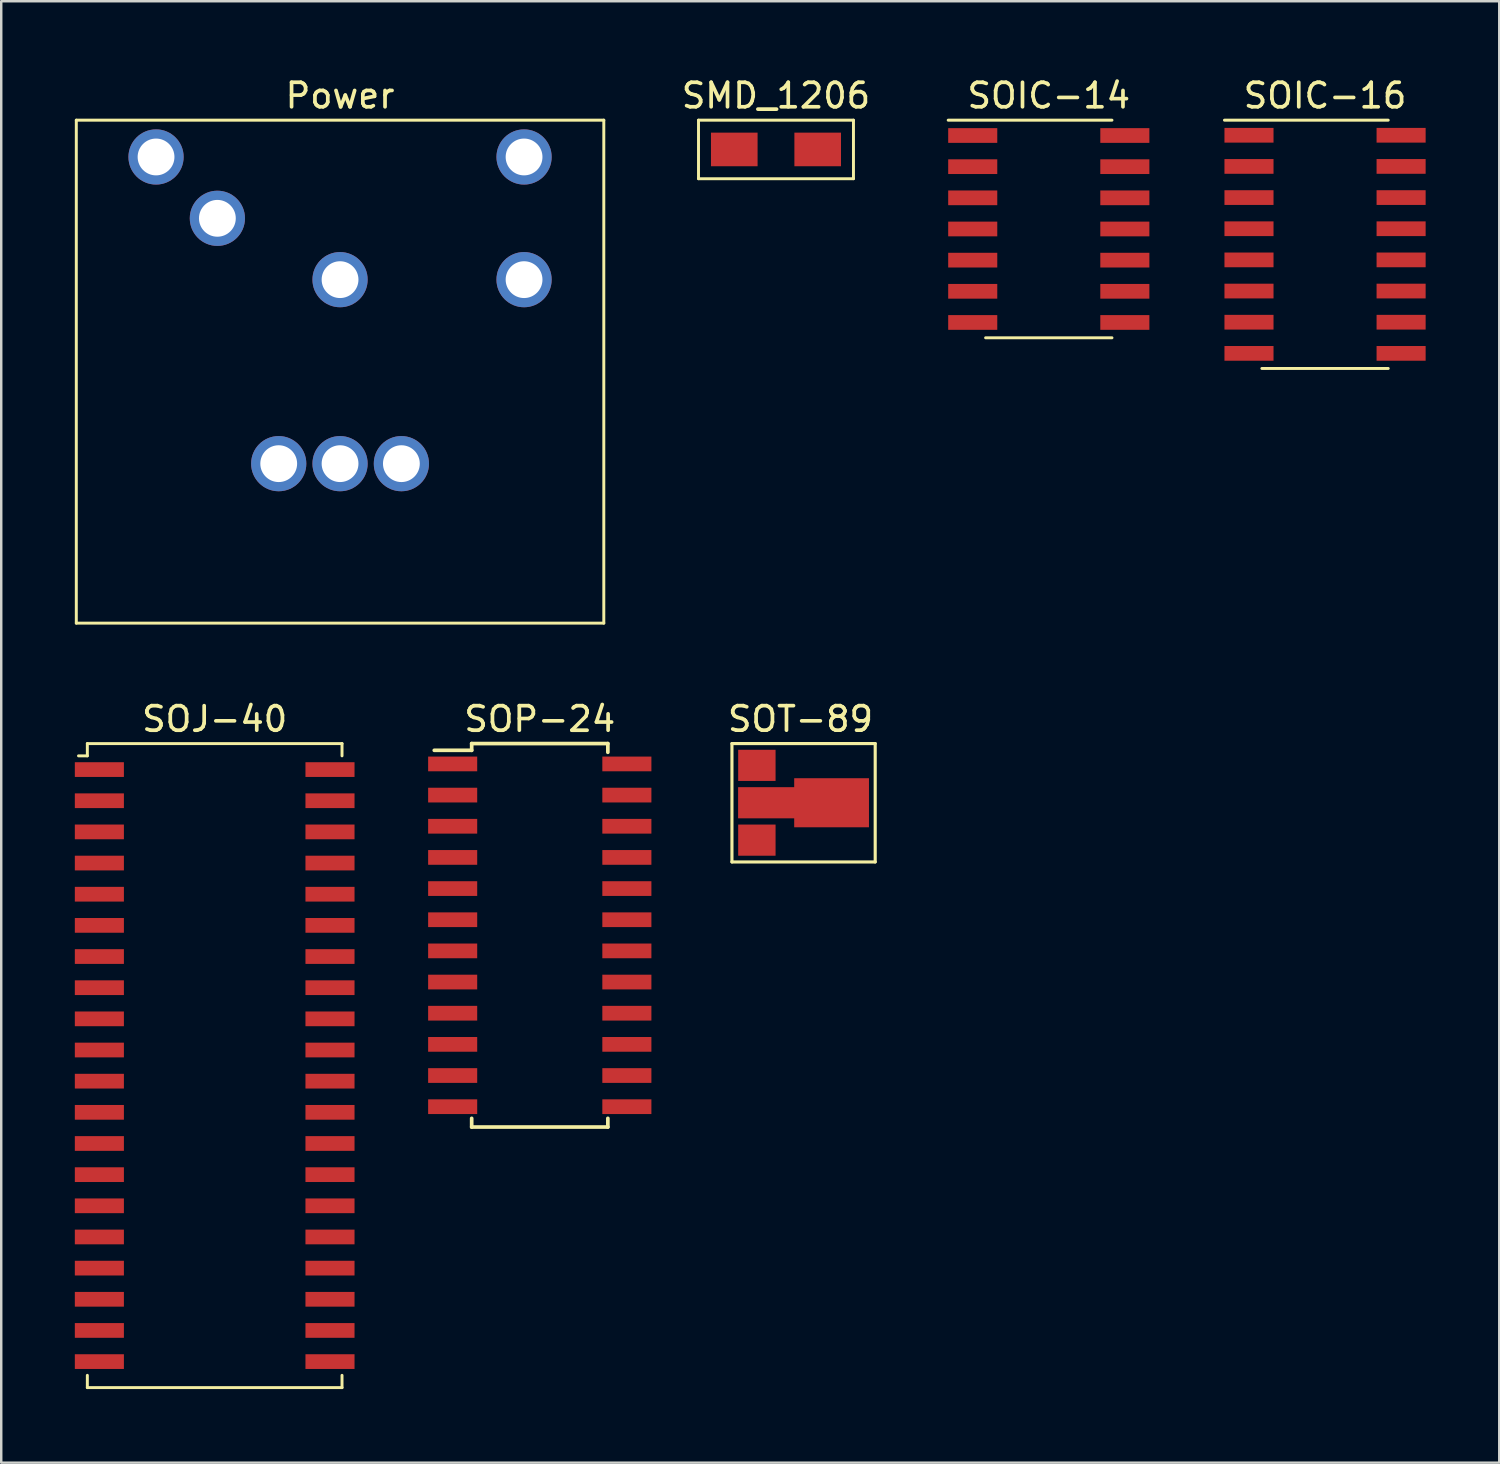
<source format=kicad_pcb>
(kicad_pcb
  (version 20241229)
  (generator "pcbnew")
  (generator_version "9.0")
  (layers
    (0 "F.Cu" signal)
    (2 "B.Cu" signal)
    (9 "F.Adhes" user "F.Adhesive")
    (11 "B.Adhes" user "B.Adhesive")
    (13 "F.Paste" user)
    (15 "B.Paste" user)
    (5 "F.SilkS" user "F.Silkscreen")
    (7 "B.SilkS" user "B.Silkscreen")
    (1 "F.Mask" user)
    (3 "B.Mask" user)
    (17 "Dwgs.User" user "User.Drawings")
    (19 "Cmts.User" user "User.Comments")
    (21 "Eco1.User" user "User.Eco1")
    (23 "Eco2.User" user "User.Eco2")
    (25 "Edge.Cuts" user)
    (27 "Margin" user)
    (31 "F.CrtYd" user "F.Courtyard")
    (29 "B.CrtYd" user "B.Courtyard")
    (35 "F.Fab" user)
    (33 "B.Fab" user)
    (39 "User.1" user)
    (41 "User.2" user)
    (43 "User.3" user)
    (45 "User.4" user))
  (footprint "SOJ-40"
    (layer "F.Cu")
    (at 5.7 40.382)
    (property "Reference" "SOJ-40" (at 0 -14.125 0) (layer "F.SilkS") (effects (font (size 1 1) (thickness 0.15))))
    (attr smd)
    (fp_line (start -5.55 -12.625) (end -5.19 -12.625) (stroke (width 0.12) (type solid)) (layer "F.SilkS"))
    (fp_line (start -5.19 -13.125) (end 5.19 -13.125) (stroke (width 0.12) (type solid)) (layer "F.SilkS"))
    (fp_line (start -5.19 -12.625) (end -5.19 -13.125) (stroke (width 0.12) (type solid)) (layer "F.SilkS"))
    (fp_line (start -5.19 13.125) (end -5.19 12.625) (stroke (width 0.12) (type solid)) (layer "F.SilkS"))
    (fp_line (start 5.19 -13.125) (end 5.19 -12.625) (stroke (width 0.12) (type solid)) (layer "F.SilkS"))
    (fp_line (start 5.19 12.625) (end 5.19 13.125) (stroke (width 0.12) (type solid)) (layer "F.SilkS"))
    (fp_line (start 5.19 13.125) (end -5.19 13.125) (stroke (width 0.12) (type solid)) (layer "F.SilkS"))
    (pad "1" smd rect (at -4.7 -12.065) (size 2 0.6) (layers "F.Cu" "F.Mask" "F.Paste"))
    (pad "2" smd rect (at -4.7 -10.795) (size 2 0.6) (layers "F.Cu" "F.Mask" "F.Paste"))
    (pad "3" smd rect (at -4.7 -9.525) (size 2 0.6) (layers "F.Cu" "F.Mask" "F.Paste"))
    (pad "4" smd rect (at -4.7 -8.255) (size 2 0.6) (layers "F.Cu" "F.Mask" "F.Paste"))
    (pad "5" smd rect (at -4.7 -6.985) (size 2 0.6) (layers "F.Cu" "F.Mask" "F.Paste"))
    (pad "6" smd rect (at -4.7 -5.715) (size 2 0.6) (layers "F.Cu" "F.Mask" "F.Paste"))
    (pad "7" smd rect (at -4.7 -4.445) (size 2 0.6) (layers "F.Cu" "F.Mask" "F.Paste"))
    (pad "8" smd rect (at -4.7 -3.175) (size 2 0.6) (layers "F.Cu" "F.Mask" "F.Paste"))
    (pad "9" smd rect (at -4.7 -1.905) (size 2 0.6) (layers "F.Cu" "F.Mask" "F.Paste"))
    (pad "10" smd rect (at -4.7 -0.635) (size 2 0.6) (layers "F.Cu" "F.Mask" "F.Paste"))
    (pad "11" smd rect (at -4.7 0.635) (size 2 0.6) (layers "F.Cu" "F.Mask" "F.Paste"))
    (pad "12" smd rect (at -4.7 1.905) (size 2 0.6) (layers "F.Cu" "F.Mask" "F.Paste"))
    (pad "13" smd rect (at -4.7 3.175) (size 2 0.6) (layers "F.Cu" "F.Mask" "F.Paste"))
    (pad "14" smd rect (at -4.7 4.445) (size 2 0.6) (layers "F.Cu" "F.Mask" "F.Paste"))
    (pad "15" smd rect (at -4.7 5.715) (size 2 0.6) (layers "F.Cu" "F.Mask" "F.Paste"))
    (pad "16" smd rect (at -4.7 6.985) (size 2 0.6) (layers "F.Cu" "F.Mask" "F.Paste"))
    (pad "17" smd rect (at -4.7 8.255) (size 2 0.6) (layers "F.Cu" "F.Mask" "F.Paste"))
    (pad "18" smd rect (at -4.7 9.525) (size 2 0.6) (layers "F.Cu" "F.Mask" "F.Paste"))
    (pad "19" smd rect (at -4.7 10.795) (size 2 0.6) (layers "F.Cu" "F.Mask" "F.Paste"))
    (pad "20" smd rect (at -4.7 12.065) (size 2 0.6) (layers "F.Cu" "F.Mask" "F.Paste"))
    (pad "21" smd rect (at 4.7 12.065) (size 2 0.6) (layers "F.Cu" "F.Mask" "F.Paste"))
    (pad "22" smd rect (at 4.7 10.795) (size 2 0.6) (layers "F.Cu" "F.Mask" "F.Paste"))
    (pad "23" smd rect (at 4.7 9.525) (size 2 0.6) (layers "F.Cu" "F.Mask" "F.Paste"))
    (pad "24" smd rect (at 4.7 8.255) (size 2 0.6) (layers "F.Cu" "F.Mask" "F.Paste"))
    (pad "25" smd rect (at 4.7 6.985) (size 2 0.6) (layers "F.Cu" "F.Mask" "F.Paste"))
    (pad "26" smd rect (at 4.7 5.715) (size 2 0.6) (layers "F.Cu" "F.Mask" "F.Paste"))
    (pad "27" smd rect (at 4.7 4.445) (size 2 0.6) (layers "F.Cu" "F.Mask" "F.Paste"))
    (pad "28" smd rect (at 4.7 3.175) (size 2 0.6) (layers "F.Cu" "F.Mask" "F.Paste"))
    (pad "29" smd rect (at 4.7 1.905) (size 2 0.6) (layers "F.Cu" "F.Mask" "F.Paste"))
    (pad "30" smd rect (at 4.7 0.635) (size 2 0.6) (layers "F.Cu" "F.Mask" "F.Paste"))
    (pad "31" smd rect (at 4.7 -0.635) (size 2 0.6) (layers "F.Cu" "F.Mask" "F.Paste"))
    (pad "32" smd rect (at 4.7 -1.905) (size 2 0.6) (layers "F.Cu" "F.Mask" "F.Paste"))
    (pad "33" smd rect (at 4.7 -3.175) (size 2 0.6) (layers "F.Cu" "F.Mask" "F.Paste"))
    (pad "34" smd rect (at 4.7 -4.445) (size 2 0.6) (layers "F.Cu" "F.Mask" "F.Paste"))
    (pad "35" smd rect (at 4.7 -5.715) (size 2 0.6) (layers "F.Cu" "F.Mask" "F.Paste"))
    (pad "36" smd rect (at 4.7 -6.985) (size 2 0.6) (layers "F.Cu" "F.Mask" "F.Paste"))
    (pad "37" smd rect (at 4.7 -8.255) (size 2 0.6) (layers "F.Cu" "F.Mask" "F.Paste"))
    (pad "38" smd rect (at 4.7 -9.525) (size 2 0.6) (layers "F.Cu" "F.Mask" "F.Paste"))
    (pad "39" smd rect (at 4.7 -10.795) (size 2 0.6) (layers "F.Cu" "F.Mask" "F.Paste"))
    (pad "40" smd rect (at 4.7 -12.065) (size 2 0.6) (layers "F.Cu" "F.Mask" "F.Paste")))
  (footprint "SOT-89"
    (layer "F.Cu")
    (at 27.799 29.669)
    (property "Reference" "SOT-89" (at 1.778 -3.413 0) (layer "F.SilkS") (effects (font (size 1 1) (thickness 0.15))))
    (attr smd)
    (fp_line (start -1.016 -2.413) (end 4.823 -2.413) (stroke (width 0.127) (type solid)) (layer "F.SilkS"))
    (fp_line (start -1.016 2.413) (end -1.016 -2.413) (stroke (width 0.127) (type solid)) (layer "F.SilkS"))
    (fp_line (start 4.823 -2.413) (end 4.823 2.413) (stroke (width 0.127) (type solid)) (layer "F.SilkS"))
    (fp_line (start 4.823 2.413) (end -1.016 2.413) (stroke (width 0.127) (type solid)) (layer "F.SilkS"))
    (pad "1" smd rect (at 0 -1.524) (size 1.524 1.27) (layers "F.Cu" "F.Mask" "F.Paste"))
    (pad "2" smd custom (at 0.378 0) (size 2.286 1.27) (layers "F.Cu" "F.Mask" "F.Paste") (options (anchor rect)) (primitives (gr_poly (pts (xy 1.143 1) (xy 4.191 1) (xy 4.191 -1) (xy 1.143 -1)) (width 0) (fill yes))))
    (pad "3" smd rect (at 0 1.524) (size 1.524 1.27) (layers "F.Cu" "F.Mask" "F.Paste")))
  (footprint "SOIC-14"
    (layer "F.Cu")
    (at 39.697 6.283)
    (property "Reference" "SOIC-14" (at 0 -5.435 0) (layer "F.SilkS") (effects (font (size 1 1) (thickness 0.15))))
    (attr smd)
    (fp_line (start -4.1 -4.435) (end 2.575 -4.435) (stroke (width 0.12) (type solid)) (layer "F.SilkS"))
    (fp_line (start 2.575 4.435) (end -2.575 4.435) (stroke (width 0.12) (type solid)) (layer "F.SilkS"))
    (pad "1" smd rect (at -3.1 -3.81) (size 2 0.6) (layers "F.Cu" "F.Mask" "F.Paste"))
    (pad "2" smd rect (at -3.1 -2.54) (size 2 0.6) (layers "F.Cu" "F.Mask" "F.Paste"))
    (pad "3" smd rect (at -3.1 -1.27) (size 2 0.6) (layers "F.Cu" "F.Mask" "F.Paste"))
    (pad "4" smd rect (at -3.1 0) (size 2 0.6) (layers "F.Cu" "F.Mask" "F.Paste"))
    (pad "5" smd rect (at -3.1 1.27) (size 2 0.6) (layers "F.Cu" "F.Mask" "F.Paste"))
    (pad "6" smd rect (at -3.1 2.54) (size 2 0.6) (layers "F.Cu" "F.Mask" "F.Paste"))
    (pad "7" smd rect (at -3.1 3.81) (size 2 0.6) (layers "F.Cu" "F.Mask" "F.Paste"))
    (pad "8" smd rect (at 3.1 3.81) (size 2 0.6) (layers "F.Cu" "F.Mask" "F.Paste"))
    (pad "9" smd rect (at 3.1 2.54) (size 2 0.6) (layers "F.Cu" "F.Mask" "F.Paste"))
    (pad "10" smd rect (at 3.1 1.27) (size 2 0.6) (layers "F.Cu" "F.Mask" "F.Paste"))
    (pad "11" smd rect (at 3.1 0) (size 2 0.6) (layers "F.Cu" "F.Mask" "F.Paste"))
    (pad "12" smd rect (at 3.1 -1.27) (size 2 0.6) (layers "F.Cu" "F.Mask" "F.Paste"))
    (pad "13" smd rect (at 3.1 -2.54) (size 2 0.6) (layers "F.Cu" "F.Mask" "F.Paste"))
    (pad "14" smd rect (at 3.1 -3.81) (size 2 0.6) (layers "F.Cu" "F.Mask" "F.Paste")))
  (footprint "SMD_1206"
    (layer "F.Cu")
    (at 28.578 3.041)
    (property "Reference" "SMD_1206" (at 0 -2.193 0) (layer "F.SilkS") (effects (font (size 1 1) (thickness 0.15))))
    (attr smd)
    (fp_line (start -3.158 -1.193) (end 3.158 -1.193) (stroke (width 0.12) (type solid)) (layer "F.SilkS"))
    (fp_line (start -3.158 1.193) (end -3.158 -1.193) (stroke (width 0.12) (type solid)) (layer "F.SilkS"))
    (fp_line (start 3.158 -1.193) (end 3.158 1.193) (stroke (width 0.12) (type solid)) (layer "F.SilkS"))
    (fp_line (start 3.158 1.193) (end -3.158 1.193) (stroke (width 0.12) (type solid)) (layer "F.SilkS"))
    (pad "1" smd rect (at -1.7 0) (size 1.9 1.37) (layers "F.Cu" "F.Mask" "F.Paste"))
    (pad "2" smd rect (at 1.7 0) (size 1.9 1.37) (layers "F.Cu" "F.Mask" "F.Paste")))
  (footprint "Power"
    (layer "F.Cu")
    (at 5.81 5.848)
    (property "Reference" "Power" (at 5 -5 0) (layer "F.SilkS") (effects (font (size 1 1) (thickness 0.15))))
    (attr through_hole)
    (fp_line (start -5.75 -4) (end 15.75 -4) (stroke (width 0.12) (type solid)) (layer "F.SilkS"))
    (fp_line (start -5.75 16.5) (end -5.75 -4) (stroke (width 0.12) (type solid)) (layer "F.SilkS"))
    (fp_line (start 15.75 -4) (end 15.75 16.5) (stroke (width 0.12) (type solid)) (layer "F.SilkS"))
    (fp_line (start 15.75 16.5) (end -5.75 16.5) (stroke (width 0.12) (type solid)) (layer "F.SilkS"))
    (pad "0" thru_hole circle (at 2.5 10) (size 2.25 2.25) (drill 1.5) (layers "*.Cu" "*.Mask"))
    (pad "0" thru_hole circle (at 5 10) (size 2.25 2.25) (drill 1.5) (layers "*.Cu" "*.Mask"))
    (pad "0" thru_hole circle (at 7.5 10) (size 2.25 2.25) (drill 1.5) (layers "*.Cu" "*.Mask"))
    (pad "1" thru_hole circle (at 0 0) (size 2.25 2.25) (drill 1.5) (layers "*.Cu" "*.Mask"))
    (pad "2" thru_hole circle (at 12.5 2.5) (size 2.25 2.25) (drill 1.5) (layers "*.Cu" "*.Mask"))
    (pad "3" thru_hole circle (at 12.5 -2.5) (size 2.25 2.25) (drill 1.5) (layers "*.Cu" "*.Mask"))
    (pad "4" thru_hole circle (at -2.5 -2.5) (size 2.25 2.25) (drill 1.5) (layers "*.Cu" "*.Mask"))
    (pad "5" thru_hole circle (at 5 2.5) (size 2.25 2.25) (drill 1.5) (layers "*.Cu" "*.Mask")))
  (footprint "SOP-24"
    (layer "F.Cu")
    (at 18.95 35.072)
    (property "Reference" "SOP-24" (at 0 -8.815 0) (layer "F.SilkS") (effects (font (size 1 1) (thickness 0.15))))
    (attr smd)
    (fp_line (start -4.3 -7.54) (end -2.775 -7.54) (stroke (width 0.15) (type solid)) (layer "F.SilkS"))
    (fp_line (start -2.775 -7.815) (end 2.775 -7.815) (stroke (width 0.15) (type solid)) (layer "F.SilkS"))
    (fp_line (start -2.775 -7.54) (end -2.775 -7.815) (stroke (width 0.15) (type solid)) (layer "F.SilkS"))
    (fp_line (start -2.775 7.815) (end -2.775 7.46) (stroke (width 0.15) (type solid)) (layer "F.SilkS"))
    (fp_line (start 2.775 -7.815) (end 2.775 -7.46) (stroke (width 0.15) (type solid)) (layer "F.SilkS"))
    (fp_line (start 2.775 7.46) (end 2.775 7.815) (stroke (width 0.15) (type solid)) (layer "F.SilkS"))
    (fp_line (start 2.775 7.815) (end -2.775 7.815) (stroke (width 0.15) (type solid)) (layer "F.SilkS"))
    (pad "1" smd rect (at -3.55 -6.985) (size 2 0.6) (layers "F.Cu" "F.Mask" "F.Paste"))
    (pad "2" smd rect (at -3.55 -5.715) (size 2 0.6) (layers "F.Cu" "F.Mask" "F.Paste"))
    (pad "3" smd rect (at -3.55 -4.445) (size 2 0.6) (layers "F.Cu" "F.Mask" "F.Paste"))
    (pad "4" smd rect (at -3.55 -3.175) (size 2 0.6) (layers "F.Cu" "F.Mask" "F.Paste"))
    (pad "5" smd rect (at -3.55 -1.905) (size 2 0.6) (layers "F.Cu" "F.Mask" "F.Paste"))
    (pad "6" smd rect (at -3.55 -0.635) (size 2 0.6) (layers "F.Cu" "F.Mask" "F.Paste"))
    (pad "7" smd rect (at -3.55 0.635) (size 2 0.6) (layers "F.Cu" "F.Mask" "F.Paste"))
    (pad "8" smd rect (at -3.55 1.905) (size 2 0.6) (layers "F.Cu" "F.Mask" "F.Paste"))
    (pad "9" smd rect (at -3.55 3.175) (size 2 0.6) (layers "F.Cu" "F.Mask" "F.Paste"))
    (pad "10" smd rect (at -3.55 4.445) (size 2 0.6) (layers "F.Cu" "F.Mask" "F.Paste"))
    (pad "11" smd rect (at -3.55 5.715) (size 2 0.6) (layers "F.Cu" "F.Mask" "F.Paste"))
    (pad "12" smd rect (at -3.55 6.985) (size 2 0.6) (layers "F.Cu" "F.Mask" "F.Paste"))
    (pad "13" smd rect (at 3.55 6.985) (size 2 0.6) (layers "F.Cu" "F.Mask" "F.Paste"))
    (pad "14" smd rect (at 3.55 5.715) (size 2 0.6) (layers "F.Cu" "F.Mask" "F.Paste"))
    (pad "15" smd rect (at 3.55 4.445) (size 2 0.6) (layers "F.Cu" "F.Mask" "F.Paste"))
    (pad "16" smd rect (at 3.55 3.175) (size 2 0.6) (layers "F.Cu" "F.Mask" "F.Paste"))
    (pad "17" smd rect (at 3.55 1.905) (size 2 0.6) (layers "F.Cu" "F.Mask" "F.Paste"))
    (pad "18" smd rect (at 3.55 0.635) (size 2 0.6) (layers "F.Cu" "F.Mask" "F.Paste"))
    (pad "19" smd rect (at 3.55 -0.635) (size 2 0.6) (layers "F.Cu" "F.Mask" "F.Paste"))
    (pad "20" smd rect (at 3.55 -1.905) (size 2 0.6) (layers "F.Cu" "F.Mask" "F.Paste"))
    (pad "21" smd rect (at 3.55 -3.175) (size 2 0.6) (layers "F.Cu" "F.Mask" "F.Paste"))
    (pad "22" smd rect (at 3.55 -4.445) (size 2 0.6) (layers "F.Cu" "F.Mask" "F.Paste"))
    (pad "23" smd rect (at 3.55 -5.715) (size 2 0.6) (layers "F.Cu" "F.Mask" "F.Paste"))
    (pad "24" smd rect (at 3.55 -6.985) (size 2 0.6) (layers "F.Cu" "F.Mask" "F.Paste")))
  (footprint "SOIC-16"
    (layer "F.Cu")
    (at 50.957 6.908)
    (property "Reference" "SOIC-16" (at 0 -6.06 0) (layer "F.SilkS") (effects (font (size 1 1) (thickness 0.15))))
    (attr smd)
    (fp_line (start -4.1 -5.06) (end 2.575 -5.06) (stroke (width 0.12) (type solid)) (layer "F.SilkS"))
    (fp_line (start 2.575 5.06) (end -2.575 5.06) (stroke (width 0.12) (type solid)) (layer "F.SilkS"))
    (pad "1" smd rect (at -3.1 -4.445) (size 2 0.6) (layers "F.Cu" "F.Mask" "F.Paste"))
    (pad "2" smd rect (at -3.1 -3.175) (size 2 0.6) (layers "F.Cu" "F.Mask" "F.Paste"))
    (pad "3" smd rect (at -3.1 -1.905) (size 2 0.6) (layers "F.Cu" "F.Mask" "F.Paste"))
    (pad "4" smd rect (at -3.1 -0.635) (size 2 0.6) (layers "F.Cu" "F.Mask" "F.Paste"))
    (pad "5" smd rect (at -3.1 0.635) (size 2 0.6) (layers "F.Cu" "F.Mask" "F.Paste"))
    (pad "6" smd rect (at -3.1 1.905) (size 2 0.6) (layers "F.Cu" "F.Mask" "F.Paste"))
    (pad "7" smd rect (at -3.1 3.175) (size 2 0.6) (layers "F.Cu" "F.Mask" "F.Paste"))
    (pad "8" smd rect (at -3.1 4.445) (size 2 0.6) (layers "F.Cu" "F.Mask" "F.Paste"))
    (pad "9" smd rect (at 3.1 4.445) (size 2 0.6) (layers "F.Cu" "F.Mask" "F.Paste"))
    (pad "10" smd rect (at 3.1 3.175) (size 2 0.6) (layers "F.Cu" "F.Mask" "F.Paste"))
    (pad "11" smd rect (at 3.1 1.905) (size 2 0.6) (layers "F.Cu" "F.Mask" "F.Paste"))
    (pad "12" smd rect (at 3.1 0.635) (size 2 0.6) (layers "F.Cu" "F.Mask" "F.Paste"))
    (pad "13" smd rect (at 3.1 -0.635) (size 2 0.6) (layers "F.Cu" "F.Mask" "F.Paste"))
    (pad "14" smd rect (at 3.1 -1.905) (size 2 0.6) (layers "F.Cu" "F.Mask" "F.Paste"))
    (pad "15" smd rect (at 3.1 -3.175) (size 2 0.6) (layers "F.Cu" "F.Mask" "F.Paste"))
    (pad "16" smd rect (at 3.1 -4.445) (size 2 0.6) (layers "F.Cu" "F.Mask" "F.Paste")))
  (gr_rect
    (start -3 -3)
    (end 58.057 56.566)
    (stroke (width 0.1) (type default))
    (fill no)
    (layer "Edge.Cuts")))
</source>
